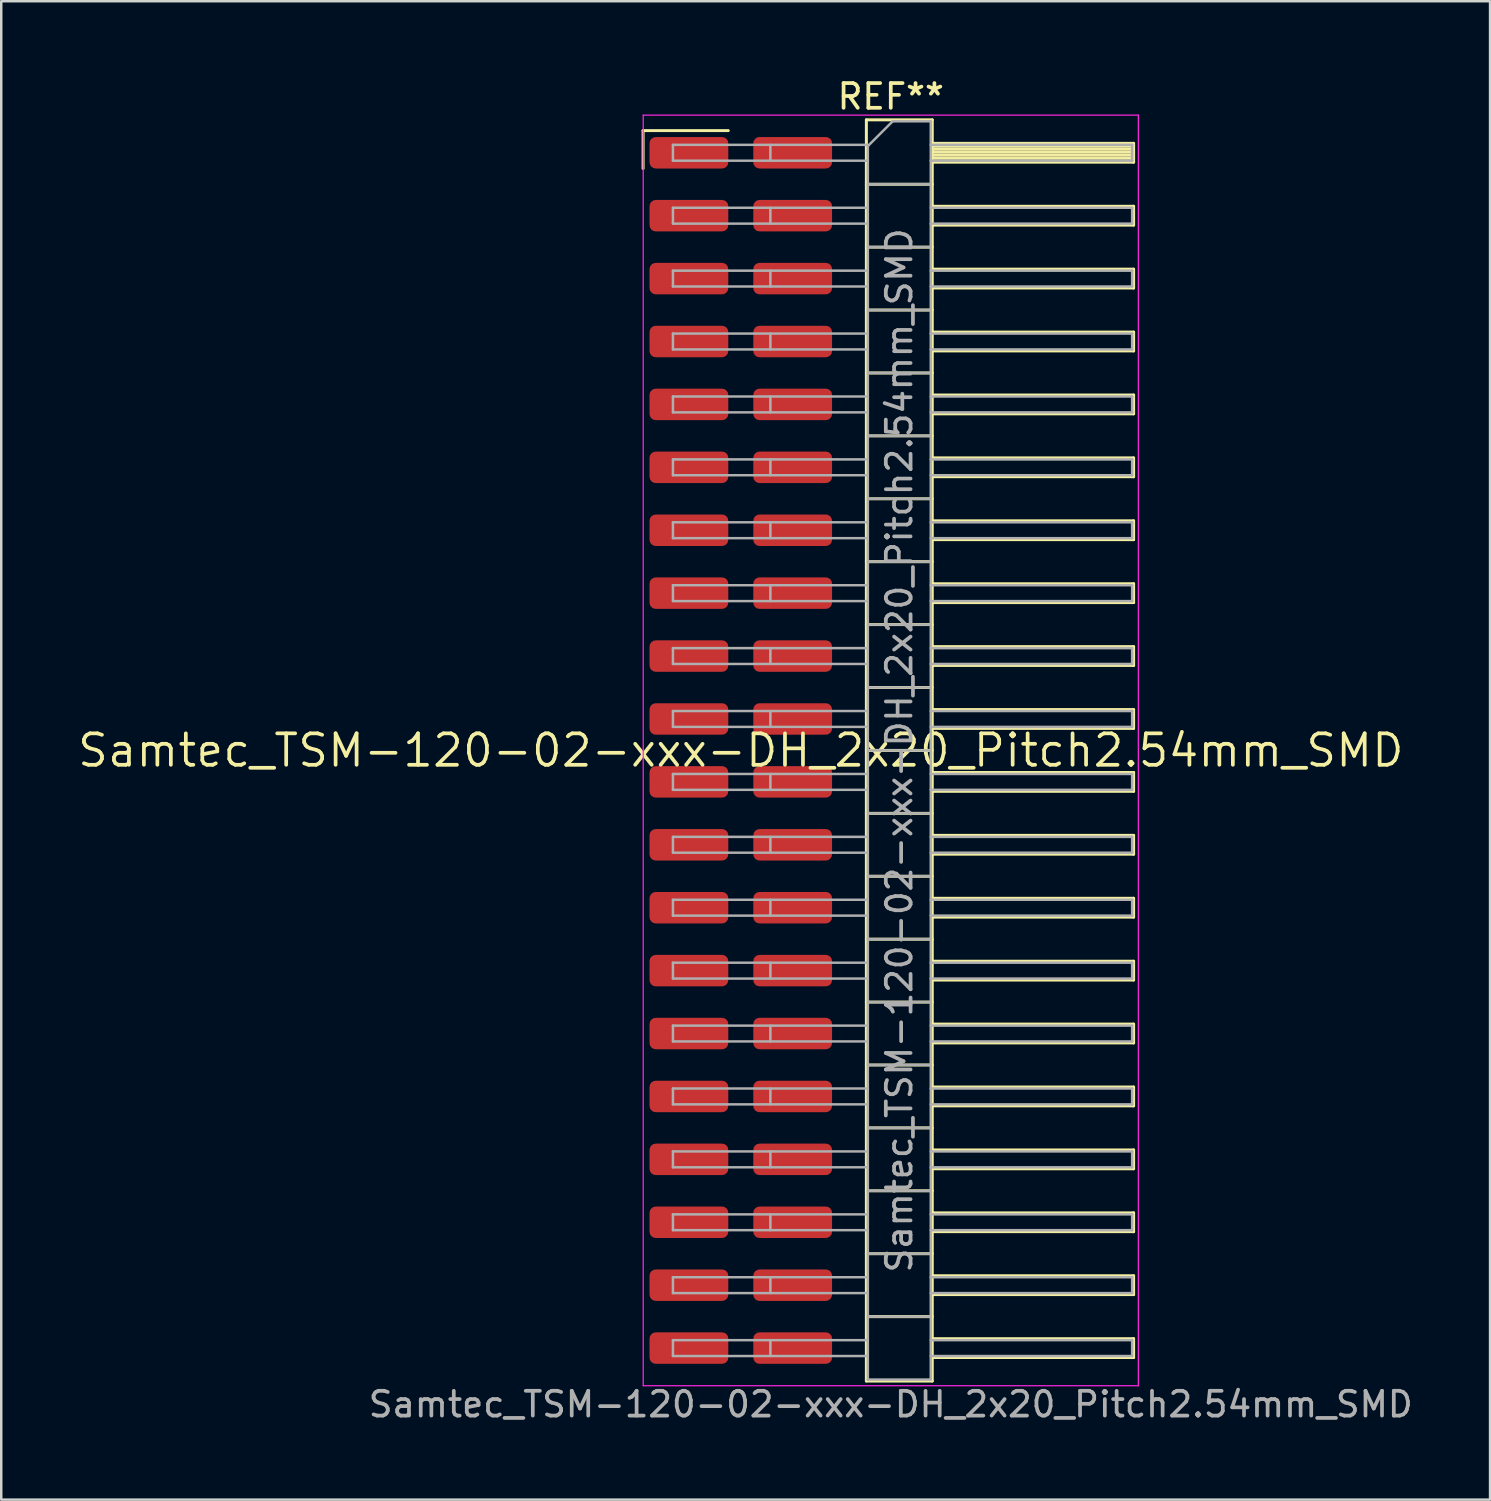
<source format=kicad_pcb>
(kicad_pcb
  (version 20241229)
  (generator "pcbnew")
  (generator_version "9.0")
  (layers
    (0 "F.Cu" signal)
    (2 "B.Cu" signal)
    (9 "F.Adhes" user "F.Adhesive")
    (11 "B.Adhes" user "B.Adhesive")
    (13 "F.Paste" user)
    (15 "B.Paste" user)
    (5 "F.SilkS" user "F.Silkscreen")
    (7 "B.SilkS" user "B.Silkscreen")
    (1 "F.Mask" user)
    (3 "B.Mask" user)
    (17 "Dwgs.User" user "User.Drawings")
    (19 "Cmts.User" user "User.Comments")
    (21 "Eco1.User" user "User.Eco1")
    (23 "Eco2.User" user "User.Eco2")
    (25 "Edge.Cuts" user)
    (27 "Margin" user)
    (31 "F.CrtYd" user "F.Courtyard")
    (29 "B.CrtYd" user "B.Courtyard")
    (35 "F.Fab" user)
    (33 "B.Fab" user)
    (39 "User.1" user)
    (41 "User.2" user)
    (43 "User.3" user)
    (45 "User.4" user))
  (footprint "Samtec_TSM-120-02-xxx-DH_2x20_Pitch2.54mm_SMD"
    (layer "F.Cu")
    (at 26.859 27.248)
    (property "Reference" "Samtec_TSM-120-02-xxx-DH_2x20_Pitch2.54mm_SMD" (at 0 0 0) (layer "F.SilkS") (effects (font (size 1.27 1.27) (thickness 0.15))))
    (attr smd)
    (fp_line (start -3.945 -25.025) (end -0.505 -25.025) (stroke (width 0.12) (type solid)) (layer "F.SilkS"))
    (fp_line (start -3.945 -23.495) (end -3.945 -25.025) (stroke (width 0.12) (type solid)) (layer "F.SilkS"))
    (fp_line (start 5.07 -25.46) (end 7.73 -25.46) (stroke (width 0.12) (type solid)) (layer "F.SilkS"))
    (fp_line (start 5.07 -22.86) (end 7.73 -22.86) (stroke (width 0.12) (type solid)) (layer "F.SilkS"))
    (fp_line (start 5.07 -20.32) (end 7.73 -20.32) (stroke (width 0.12) (type solid)) (layer "F.SilkS"))
    (fp_line (start 5.07 -17.78) (end 7.73 -17.78) (stroke (width 0.12) (type solid)) (layer "F.SilkS"))
    (fp_line (start 5.07 -15.24) (end 7.73 -15.24) (stroke (width 0.12) (type solid)) (layer "F.SilkS"))
    (fp_line (start 5.07 -12.7) (end 7.73 -12.7) (stroke (width 0.12) (type solid)) (layer "F.SilkS"))
    (fp_line (start 5.07 -10.16) (end 7.73 -10.16) (stroke (width 0.12) (type solid)) (layer "F.SilkS"))
    (fp_line (start 5.07 -7.62) (end 7.73 -7.62) (stroke (width 0.12) (type solid)) (layer "F.SilkS"))
    (fp_line (start 5.07 -5.08) (end 7.73 -5.08) (stroke (width 0.12) (type solid)) (layer "F.SilkS"))
    (fp_line (start 5.07 -2.54) (end 7.73 -2.54) (stroke (width 0.12) (type solid)) (layer "F.SilkS"))
    (fp_line (start 5.07 0) (end 7.73 0) (stroke (width 0.12) (type solid)) (layer "F.SilkS"))
    (fp_line (start 5.07 2.54) (end 7.73 2.54) (stroke (width 0.12) (type solid)) (layer "F.SilkS"))
    (fp_line (start 5.07 5.08) (end 7.73 5.08) (stroke (width 0.12) (type solid)) (layer "F.SilkS"))
    (fp_line (start 5.07 7.62) (end 7.73 7.62) (stroke (width 0.12) (type solid)) (layer "F.SilkS"))
    (fp_line (start 5.07 10.16) (end 7.73 10.16) (stroke (width 0.12) (type solid)) (layer "F.SilkS"))
    (fp_line (start 5.07 12.7) (end 7.73 12.7) (stroke (width 0.12) (type solid)) (layer "F.SilkS"))
    (fp_line (start 5.07 15.24) (end 7.73 15.24) (stroke (width 0.12) (type solid)) (layer "F.SilkS"))
    (fp_line (start 5.07 17.78) (end 7.73 17.78) (stroke (width 0.12) (type solid)) (layer "F.SilkS"))
    (fp_line (start 5.07 20.32) (end 7.73 20.32) (stroke (width 0.12) (type solid)) (layer "F.SilkS"))
    (fp_line (start 5.07 22.86) (end 7.73 22.86) (stroke (width 0.12) (type solid)) (layer "F.SilkS"))
    (fp_line (start 5.07 25.46) (end 5.07 -25.46) (stroke (width 0.12) (type solid)) (layer "F.SilkS"))
    (fp_line (start 7.73 -25.46) (end 7.73 25.46) (stroke (width 0.12) (type solid)) (layer "F.SilkS"))
    (fp_line (start 7.73 -24.51) (end 15.86 -24.51) (stroke (width 0.12) (type solid)) (layer "F.SilkS"))
    (fp_line (start 7.73 -24.39) (end 15.86 -24.39) (stroke (width 0.12) (type solid)) (layer "F.SilkS"))
    (fp_line (start 7.73 -24.27) (end 15.86 -24.27) (stroke (width 0.12) (type solid)) (layer "F.SilkS"))
    (fp_line (start 7.73 -24.15) (end 15.86 -24.15) (stroke (width 0.12) (type solid)) (layer "F.SilkS"))
    (fp_line (start 7.73 -24.03) (end 15.86 -24.03) (stroke (width 0.12) (type solid)) (layer "F.SilkS"))
    (fp_line (start 7.73 -23.91) (end 15.86 -23.91) (stroke (width 0.12) (type solid)) (layer "F.SilkS"))
    (fp_line (start 7.73 -23.79) (end 15.86 -23.79) (stroke (width 0.12) (type solid)) (layer "F.SilkS"))
    (fp_line (start 7.73 -23.75) (end 15.86 -23.75) (stroke (width 0.12) (type solid)) (layer "F.SilkS"))
    (fp_line (start 7.73 -21.97) (end 15.86 -21.97) (stroke (width 0.12) (type solid)) (layer "F.SilkS"))
    (fp_line (start 7.73 -21.21) (end 15.86 -21.21) (stroke (width 0.12) (type solid)) (layer "F.SilkS"))
    (fp_line (start 7.73 -19.43) (end 15.86 -19.43) (stroke (width 0.12) (type solid)) (layer "F.SilkS"))
    (fp_line (start 7.73 -18.67) (end 15.86 -18.67) (stroke (width 0.12) (type solid)) (layer "F.SilkS"))
    (fp_line (start 7.73 -16.89) (end 15.86 -16.89) (stroke (width 0.12) (type solid)) (layer "F.SilkS"))
    (fp_line (start 7.73 -16.13) (end 15.86 -16.13) (stroke (width 0.12) (type solid)) (layer "F.SilkS"))
    (fp_line (start 7.73 -14.35) (end 15.86 -14.35) (stroke (width 0.12) (type solid)) (layer "F.SilkS"))
    (fp_line (start 7.73 -13.59) (end 15.86 -13.59) (stroke (width 0.12) (type solid)) (layer "F.SilkS"))
    (fp_line (start 7.73 -11.81) (end 15.86 -11.81) (stroke (width 0.12) (type solid)) (layer "F.SilkS"))
    (fp_line (start 7.73 -11.05) (end 15.86 -11.05) (stroke (width 0.12) (type solid)) (layer "F.SilkS"))
    (fp_line (start 7.73 -9.27) (end 15.86 -9.27) (stroke (width 0.12) (type solid)) (layer "F.SilkS"))
    (fp_line (start 7.73 -8.51) (end 15.86 -8.51) (stroke (width 0.12) (type solid)) (layer "F.SilkS"))
    (fp_line (start 7.73 -6.73) (end 15.86 -6.73) (stroke (width 0.12) (type solid)) (layer "F.SilkS"))
    (fp_line (start 7.73 -5.97) (end 15.86 -5.97) (stroke (width 0.12) (type solid)) (layer "F.SilkS"))
    (fp_line (start 7.73 -4.19) (end 15.86 -4.19) (stroke (width 0.12) (type solid)) (layer "F.SilkS"))
    (fp_line (start 7.73 -3.43) (end 15.86 -3.43) (stroke (width 0.12) (type solid)) (layer "F.SilkS"))
    (fp_line (start 7.73 -1.65) (end 15.86 -1.65) (stroke (width 0.12) (type solid)) (layer "F.SilkS"))
    (fp_line (start 7.73 -0.89) (end 15.86 -0.89) (stroke (width 0.12) (type solid)) (layer "F.SilkS"))
    (fp_line (start 7.73 0.89) (end 15.86 0.89) (stroke (width 0.12) (type solid)) (layer "F.SilkS"))
    (fp_line (start 7.73 1.65) (end 15.86 1.65) (stroke (width 0.12) (type solid)) (layer "F.SilkS"))
    (fp_line (start 7.73 3.43) (end 15.86 3.43) (stroke (width 0.12) (type solid)) (layer "F.SilkS"))
    (fp_line (start 7.73 4.19) (end 15.86 4.19) (stroke (width 0.12) (type solid)) (layer "F.SilkS"))
    (fp_line (start 7.73 5.97) (end 15.86 5.97) (stroke (width 0.12) (type solid)) (layer "F.SilkS"))
    (fp_line (start 7.73 6.73) (end 15.86 6.73) (stroke (width 0.12) (type solid)) (layer "F.SilkS"))
    (fp_line (start 7.73 8.51) (end 15.86 8.51) (stroke (width 0.12) (type solid)) (layer "F.SilkS"))
    (fp_line (start 7.73 9.27) (end 15.86 9.27) (stroke (width 0.12) (type solid)) (layer "F.SilkS"))
    (fp_line (start 7.73 11.05) (end 15.86 11.05) (stroke (width 0.12) (type solid)) (layer "F.SilkS"))
    (fp_line (start 7.73 11.81) (end 15.86 11.81) (stroke (width 0.12) (type solid)) (layer "F.SilkS"))
    (fp_line (start 7.73 13.59) (end 15.86 13.59) (stroke (width 0.12) (type solid)) (layer "F.SilkS"))
    (fp_line (start 7.73 14.35) (end 15.86 14.35) (stroke (width 0.12) (type solid)) (layer "F.SilkS"))
    (fp_line (start 7.73 16.13) (end 15.86 16.13) (stroke (width 0.12) (type solid)) (layer "F.SilkS"))
    (fp_line (start 7.73 16.89) (end 15.86 16.89) (stroke (width 0.12) (type solid)) (layer "F.SilkS"))
    (fp_line (start 7.73 18.67) (end 15.86 18.67) (stroke (width 0.12) (type solid)) (layer "F.SilkS"))
    (fp_line (start 7.73 19.43) (end 15.86 19.43) (stroke (width 0.12) (type solid)) (layer "F.SilkS"))
    (fp_line (start 7.73 21.21) (end 15.86 21.21) (stroke (width 0.12) (type solid)) (layer "F.SilkS"))
    (fp_line (start 7.73 21.97) (end 15.86 21.97) (stroke (width 0.12) (type solid)) (layer "F.SilkS"))
    (fp_line (start 7.73 23.75) (end 15.86 23.75) (stroke (width 0.12) (type solid)) (layer "F.SilkS"))
    (fp_line (start 7.73 24.51) (end 15.86 24.51) (stroke (width 0.12) (type solid)) (layer "F.SilkS"))
    (fp_line (start 7.73 25.46) (end 5.07 25.46) (stroke (width 0.12) (type solid)) (layer "F.SilkS"))
    (fp_line (start 15.86 -24.51) (end 15.86 -23.75) (stroke (width 0.12) (type solid)) (layer "F.SilkS"))
    (fp_line (start 15.86 -21.97) (end 15.86 -21.21) (stroke (width 0.12) (type solid)) (layer "F.SilkS"))
    (fp_line (start 15.86 -19.43) (end 15.86 -18.67) (stroke (width 0.12) (type solid)) (layer "F.SilkS"))
    (fp_line (start 15.86 -16.89) (end 15.86 -16.13) (stroke (width 0.12) (type solid)) (layer "F.SilkS"))
    (fp_line (start 15.86 -14.35) (end 15.86 -13.59) (stroke (width 0.12) (type solid)) (layer "F.SilkS"))
    (fp_line (start 15.86 -11.81) (end 15.86 -11.05) (stroke (width 0.12) (type solid)) (layer "F.SilkS"))
    (fp_line (start 15.86 -9.27) (end 15.86 -8.51) (stroke (width 0.12) (type solid)) (layer "F.SilkS"))
    (fp_line (start 15.86 -6.73) (end 15.86 -5.97) (stroke (width 0.12) (type solid)) (layer "F.SilkS"))
    (fp_line (start 15.86 -4.19) (end 15.86 -3.43) (stroke (width 0.12) (type solid)) (layer "F.SilkS"))
    (fp_line (start 15.86 -1.65) (end 15.86 -0.89) (stroke (width 0.12) (type solid)) (layer "F.SilkS"))
    (fp_line (start 15.86 0.89) (end 15.86 1.65) (stroke (width 0.12) (type solid)) (layer "F.SilkS"))
    (fp_line (start 15.86 3.43) (end 15.86 4.19) (stroke (width 0.12) (type solid)) (layer "F.SilkS"))
    (fp_line (start 15.86 5.97) (end 15.86 6.73) (stroke (width 0.12) (type solid)) (layer "F.SilkS"))
    (fp_line (start 15.86 8.51) (end 15.86 9.27) (stroke (width 0.12) (type solid)) (layer "F.SilkS"))
    (fp_line (start 15.86 11.05) (end 15.86 11.81) (stroke (width 0.12) (type solid)) (layer "F.SilkS"))
    (fp_line (start 15.86 13.59) (end 15.86 14.35) (stroke (width 0.12) (type solid)) (layer "F.SilkS"))
    (fp_line (start 15.86 16.13) (end 15.86 16.89) (stroke (width 0.12) (type solid)) (layer "F.SilkS"))
    (fp_line (start 15.86 18.67) (end 15.86 19.43) (stroke (width 0.12) (type solid)) (layer "F.SilkS"))
    (fp_line (start 15.86 21.21) (end 15.86 21.97) (stroke (width 0.12) (type solid)) (layer "F.SilkS"))
    (fp_line (start 15.86 23.75) (end 15.86 24.51) (stroke (width 0.12) (type solid)) (layer "F.SilkS"))
    (fp_line (start -3.94 -25.65) (end 16.05 -25.65) (stroke (width 0.05) (type solid)) (layer "F.CrtYd"))
    (fp_line (start -3.94 25.65) (end -3.94 -25.65) (stroke (width 0.05) (type solid)) (layer "F.CrtYd"))
    (fp_line (start 16.05 -25.65) (end 16.05 25.65) (stroke (width 0.05) (type solid)) (layer "F.CrtYd"))
    (fp_line (start 16.05 25.65) (end -3.94 25.65) (stroke (width 0.05) (type solid)) (layer "F.CrtYd"))
    (fp_line (start -2.74 -24.45) (end -2.74 -23.81) (stroke (width 0.1) (type solid)) (layer "F.Fab"))
    (fp_line (start -2.74 -24.45) (end 5.13 -24.45) (stroke (width 0.1) (type solid)) (layer "F.Fab"))
    (fp_line (start -2.74 -23.81) (end 5.13 -23.81) (stroke (width 0.1) (type solid)) (layer "F.Fab"))
    (fp_line (start -2.74 -21.91) (end -2.74 -21.27) (stroke (width 0.1) (type solid)) (layer "F.Fab"))
    (fp_line (start -2.74 -21.91) (end 5.13 -21.91) (stroke (width 0.1) (type solid)) (layer "F.Fab"))
    (fp_line (start -2.74 -21.27) (end 5.13 -21.27) (stroke (width 0.1) (type solid)) (layer "F.Fab"))
    (fp_line (start -2.74 -19.37) (end -2.74 -18.73) (stroke (width 0.1) (type solid)) (layer "F.Fab"))
    (fp_line (start -2.74 -19.37) (end 5.13 -19.37) (stroke (width 0.1) (type solid)) (layer "F.Fab"))
    (fp_line (start -2.74 -18.73) (end 5.13 -18.73) (stroke (width 0.1) (type solid)) (layer "F.Fab"))
    (fp_line (start -2.74 -16.83) (end -2.74 -16.19) (stroke (width 0.1) (type solid)) (layer "F.Fab"))
    (fp_line (start -2.74 -16.83) (end 5.13 -16.83) (stroke (width 0.1) (type solid)) (layer "F.Fab"))
    (fp_line (start -2.74 -16.19) (end 5.13 -16.19) (stroke (width 0.1) (type solid)) (layer "F.Fab"))
    (fp_line (start -2.74 -14.29) (end -2.74 -13.65) (stroke (width 0.1) (type solid)) (layer "F.Fab"))
    (fp_line (start -2.74 -14.29) (end 5.13 -14.29) (stroke (width 0.1) (type solid)) (layer "F.Fab"))
    (fp_line (start -2.74 -13.65) (end 5.13 -13.65) (stroke (width 0.1) (type solid)) (layer "F.Fab"))
    (fp_line (start -2.74 -11.75) (end -2.74 -11.11) (stroke (width 0.1) (type solid)) (layer "F.Fab"))
    (fp_line (start -2.74 -11.75) (end 5.13 -11.75) (stroke (width 0.1) (type solid)) (layer "F.Fab"))
    (fp_line (start -2.74 -11.11) (end 5.13 -11.11) (stroke (width 0.1) (type solid)) (layer "F.Fab"))
    (fp_line (start -2.74 -9.21) (end -2.74 -8.57) (stroke (width 0.1) (type solid)) (layer "F.Fab"))
    (fp_line (start -2.74 -9.21) (end 5.13 -9.21) (stroke (width 0.1) (type solid)) (layer "F.Fab"))
    (fp_line (start -2.74 -8.57) (end 5.13 -8.57) (stroke (width 0.1) (type solid)) (layer "F.Fab"))
    (fp_line (start -2.74 -6.67) (end -2.74 -6.03) (stroke (width 0.1) (type solid)) (layer "F.Fab"))
    (fp_line (start -2.74 -6.67) (end 5.13 -6.67) (stroke (width 0.1) (type solid)) (layer "F.Fab"))
    (fp_line (start -2.74 -6.03) (end 5.13 -6.03) (stroke (width 0.1) (type solid)) (layer "F.Fab"))
    (fp_line (start -2.74 -4.13) (end -2.74 -3.49) (stroke (width 0.1) (type solid)) (layer "F.Fab"))
    (fp_line (start -2.74 -4.13) (end 5.13 -4.13) (stroke (width 0.1) (type solid)) (layer "F.Fab"))
    (fp_line (start -2.74 -3.49) (end 5.13 -3.49) (stroke (width 0.1) (type solid)) (layer "F.Fab"))
    (fp_line (start -2.74 -1.59) (end -2.74 -0.95) (stroke (width 0.1) (type solid)) (layer "F.Fab"))
    (fp_line (start -2.74 -1.59) (end 5.13 -1.59) (stroke (width 0.1) (type solid)) (layer "F.Fab"))
    (fp_line (start -2.74 -0.95) (end 5.13 -0.95) (stroke (width 0.1) (type solid)) (layer "F.Fab"))
    (fp_line (start -2.74 0.95) (end -2.74 1.59) (stroke (width 0.1) (type solid)) (layer "F.Fab"))
    (fp_line (start -2.74 0.95) (end 5.13 0.95) (stroke (width 0.1) (type solid)) (layer "F.Fab"))
    (fp_line (start -2.74 1.59) (end 5.13 1.59) (stroke (width 0.1) (type solid)) (layer "F.Fab"))
    (fp_line (start -2.74 3.49) (end -2.74 4.13) (stroke (width 0.1) (type solid)) (layer "F.Fab"))
    (fp_line (start -2.74 3.49) (end 5.13 3.49) (stroke (width 0.1) (type solid)) (layer "F.Fab"))
    (fp_line (start -2.74 4.13) (end 5.13 4.13) (stroke (width 0.1) (type solid)) (layer "F.Fab"))
    (fp_line (start -2.74 6.03) (end -2.74 6.67) (stroke (width 0.1) (type solid)) (layer "F.Fab"))
    (fp_line (start -2.74 6.03) (end 5.13 6.03) (stroke (width 0.1) (type solid)) (layer "F.Fab"))
    (fp_line (start -2.74 6.67) (end 5.13 6.67) (stroke (width 0.1) (type solid)) (layer "F.Fab"))
    (fp_line (start -2.74 8.57) (end -2.74 9.21) (stroke (width 0.1) (type solid)) (layer "F.Fab"))
    (fp_line (start -2.74 8.57) (end 5.13 8.57) (stroke (width 0.1) (type solid)) (layer "F.Fab"))
    (fp_line (start -2.74 9.21) (end 5.13 9.21) (stroke (width 0.1) (type solid)) (layer "F.Fab"))
    (fp_line (start -2.74 11.11) (end -2.74 11.75) (stroke (width 0.1) (type solid)) (layer "F.Fab"))
    (fp_line (start -2.74 11.11) (end 5.13 11.11) (stroke (width 0.1) (type solid)) (layer "F.Fab"))
    (fp_line (start -2.74 11.75) (end 5.13 11.75) (stroke (width 0.1) (type solid)) (layer "F.Fab"))
    (fp_line (start -2.74 13.65) (end -2.74 14.29) (stroke (width 0.1) (type solid)) (layer "F.Fab"))
    (fp_line (start -2.74 13.65) (end 5.13 13.65) (stroke (width 0.1) (type solid)) (layer "F.Fab"))
    (fp_line (start -2.74 14.29) (end 5.13 14.29) (stroke (width 0.1) (type solid)) (layer "F.Fab"))
    (fp_line (start -2.74 16.19) (end -2.74 16.83) (stroke (width 0.1) (type solid)) (layer "F.Fab"))
    (fp_line (start -2.74 16.19) (end 5.13 16.19) (stroke (width 0.1) (type solid)) (layer "F.Fab"))
    (fp_line (start -2.74 16.83) (end 5.13 16.83) (stroke (width 0.1) (type solid)) (layer "F.Fab"))
    (fp_line (start -2.74 18.73) (end -2.74 19.37) (stroke (width 0.1) (type solid)) (layer "F.Fab"))
    (fp_line (start -2.74 18.73) (end 5.13 18.73) (stroke (width 0.1) (type solid)) (layer "F.Fab"))
    (fp_line (start -2.74 19.37) (end 5.13 19.37) (stroke (width 0.1) (type solid)) (layer "F.Fab"))
    (fp_line (start -2.74 21.27) (end -2.74 21.91) (stroke (width 0.1) (type solid)) (layer "F.Fab"))
    (fp_line (start -2.74 21.27) (end 5.13 21.27) (stroke (width 0.1) (type solid)) (layer "F.Fab"))
    (fp_line (start -2.74 21.91) (end 5.13 21.91) (stroke (width 0.1) (type solid)) (layer "F.Fab"))
    (fp_line (start -2.74 23.81) (end -2.74 24.45) (stroke (width 0.1) (type solid)) (layer "F.Fab"))
    (fp_line (start -2.74 23.81) (end 5.13 23.81) (stroke (width 0.1) (type solid)) (layer "F.Fab"))
    (fp_line (start -2.74 24.45) (end 5.13 24.45) (stroke (width 0.1) (type solid)) (layer "F.Fab"))
    (fp_line (start 1.195 -24.45) (end 1.195 -23.81) (stroke (width 0.1) (type solid)) (layer "F.Fab"))
    (fp_line (start 1.195 -21.91) (end 1.195 -21.27) (stroke (width 0.1) (type solid)) (layer "F.Fab"))
    (fp_line (start 1.195 -19.37) (end 1.195 -18.73) (stroke (width 0.1) (type solid)) (layer "F.Fab"))
    (fp_line (start 1.195 -16.83) (end 1.195 -16.19) (stroke (width 0.1) (type solid)) (layer "F.Fab"))
    (fp_line (start 1.195 -14.29) (end 1.195 -13.65) (stroke (width 0.1) (type solid)) (layer "F.Fab"))
    (fp_line (start 1.195 -11.75) (end 1.195 -11.11) (stroke (width 0.1) (type solid)) (layer "F.Fab"))
    (fp_line (start 1.195 -9.21) (end 1.195 -8.57) (stroke (width 0.1) (type solid)) (layer "F.Fab"))
    (fp_line (start 1.195 -6.67) (end 1.195 -6.03) (stroke (width 0.1) (type solid)) (layer "F.Fab"))
    (fp_line (start 1.195 -4.13) (end 1.195 -3.49) (stroke (width 0.1) (type solid)) (layer "F.Fab"))
    (fp_line (start 1.195 -1.59) (end 1.195 -0.95) (stroke (width 0.1) (type solid)) (layer "F.Fab"))
    (fp_line (start 1.195 0.95) (end 1.195 1.59) (stroke (width 0.1) (type solid)) (layer "F.Fab"))
    (fp_line (start 1.195 3.49) (end 1.195 4.13) (stroke (width 0.1) (type solid)) (layer "F.Fab"))
    (fp_line (start 1.195 6.03) (end 1.195 6.67) (stroke (width 0.1) (type solid)) (layer "F.Fab"))
    (fp_line (start 1.195 8.57) (end 1.195 9.21) (stroke (width 0.1) (type solid)) (layer "F.Fab"))
    (fp_line (start 1.195 11.11) (end 1.195 11.75) (stroke (width 0.1) (type solid)) (layer "F.Fab"))
    (fp_line (start 1.195 13.65) (end 1.195 14.29) (stroke (width 0.1) (type solid)) (layer "F.Fab"))
    (fp_line (start 1.195 16.19) (end 1.195 16.83) (stroke (width 0.1) (type solid)) (layer "F.Fab"))
    (fp_line (start 1.195 18.73) (end 1.195 19.37) (stroke (width 0.1) (type solid)) (layer "F.Fab"))
    (fp_line (start 1.195 21.27) (end 1.195 21.91) (stroke (width 0.1) (type solid)) (layer "F.Fab"))
    (fp_line (start 1.195 23.81) (end 1.195 24.45) (stroke (width 0.1) (type solid)) (layer "F.Fab"))
    (fp_line (start 5.13 -24.4) (end 6.13 -25.4) (stroke (width 0.1) (type solid)) (layer "F.Fab"))
    (fp_line (start 5.13 -22.86) (end 7.67 -22.86) (stroke (width 0.1) (type solid)) (layer "F.Fab"))
    (fp_line (start 5.13 -20.32) (end 7.67 -20.32) (stroke (width 0.1) (type solid)) (layer "F.Fab"))
    (fp_line (start 5.13 -17.78) (end 7.67 -17.78) (stroke (width 0.1) (type solid)) (layer "F.Fab"))
    (fp_line (start 5.13 -15.24) (end 7.67 -15.24) (stroke (width 0.1) (type solid)) (layer "F.Fab"))
    (fp_line (start 5.13 -12.7) (end 7.67 -12.7) (stroke (width 0.1) (type solid)) (layer "F.Fab"))
    (fp_line (start 5.13 -10.16) (end 7.67 -10.16) (stroke (width 0.1) (type solid)) (layer "F.Fab"))
    (fp_line (start 5.13 -7.62) (end 7.67 -7.62) (stroke (width 0.1) (type solid)) (layer "F.Fab"))
    (fp_line (start 5.13 -5.08) (end 7.67 -5.08) (stroke (width 0.1) (type solid)) (layer "F.Fab"))
    (fp_line (start 5.13 -2.54) (end 7.67 -2.54) (stroke (width 0.1) (type solid)) (layer "F.Fab"))
    (fp_line (start 5.13 0) (end 7.67 0) (stroke (width 0.1) (type solid)) (layer "F.Fab"))
    (fp_line (start 5.13 2.54) (end 7.67 2.54) (stroke (width 0.1) (type solid)) (layer "F.Fab"))
    (fp_line (start 5.13 5.08) (end 7.67 5.08) (stroke (width 0.1) (type solid)) (layer "F.Fab"))
    (fp_line (start 5.13 7.62) (end 7.67 7.62) (stroke (width 0.1) (type solid)) (layer "F.Fab"))
    (fp_line (start 5.13 10.16) (end 7.67 10.16) (stroke (width 0.1) (type solid)) (layer "F.Fab"))
    (fp_line (start 5.13 12.7) (end 7.67 12.7) (stroke (width 0.1) (type solid)) (layer "F.Fab"))
    (fp_line (start 5.13 15.24) (end 7.67 15.24) (stroke (width 0.1) (type solid)) (layer "F.Fab"))
    (fp_line (start 5.13 17.78) (end 7.67 17.78) (stroke (width 0.1) (type solid)) (layer "F.Fab"))
    (fp_line (start 5.13 20.32) (end 7.67 20.32) (stroke (width 0.1) (type solid)) (layer "F.Fab"))
    (fp_line (start 5.13 22.86) (end 7.67 22.86) (stroke (width 0.1) (type solid)) (layer "F.Fab"))
    (fp_line (start 5.13 25.4) (end 5.13 -24.4) (stroke (width 0.1) (type solid)) (layer "F.Fab"))
    (fp_line (start 6.13 -25.4) (end 7.67 -25.4) (stroke (width 0.1) (type solid)) (layer "F.Fab"))
    (fp_line (start 7.67 -25.4) (end 7.67 25.4) (stroke (width 0.1) (type solid)) (layer "F.Fab"))
    (fp_line (start 7.67 -24.45) (end 15.8 -24.45) (stroke (width 0.1) (type solid)) (layer "F.Fab"))
    (fp_line (start 7.67 -23.81) (end 15.8 -23.81) (stroke (width 0.1) (type solid)) (layer "F.Fab"))
    (fp_line (start 7.67 -21.91) (end 15.8 -21.91) (stroke (width 0.1) (type solid)) (layer "F.Fab"))
    (fp_line (start 7.67 -21.27) (end 15.8 -21.27) (stroke (width 0.1) (type solid)) (layer "F.Fab"))
    (fp_line (start 7.67 -19.37) (end 15.8 -19.37) (stroke (width 0.1) (type solid)) (layer "F.Fab"))
    (fp_line (start 7.67 -18.73) (end 15.8 -18.73) (stroke (width 0.1) (type solid)) (layer "F.Fab"))
    (fp_line (start 7.67 -16.83) (end 15.8 -16.83) (stroke (width 0.1) (type solid)) (layer "F.Fab"))
    (fp_line (start 7.67 -16.19) (end 15.8 -16.19) (stroke (width 0.1) (type solid)) (layer "F.Fab"))
    (fp_line (start 7.67 -14.29) (end 15.8 -14.29) (stroke (width 0.1) (type solid)) (layer "F.Fab"))
    (fp_line (start 7.67 -13.65) (end 15.8 -13.65) (stroke (width 0.1) (type solid)) (layer "F.Fab"))
    (fp_line (start 7.67 -11.75) (end 15.8 -11.75) (stroke (width 0.1) (type solid)) (layer "F.Fab"))
    (fp_line (start 7.67 -11.11) (end 15.8 -11.11) (stroke (width 0.1) (type solid)) (layer "F.Fab"))
    (fp_line (start 7.67 -9.21) (end 15.8 -9.21) (stroke (width 0.1) (type solid)) (layer "F.Fab"))
    (fp_line (start 7.67 -8.57) (end 15.8 -8.57) (stroke (width 0.1) (type solid)) (layer "F.Fab"))
    (fp_line (start 7.67 -6.67) (end 15.8 -6.67) (stroke (width 0.1) (type solid)) (layer "F.Fab"))
    (fp_line (start 7.67 -6.03) (end 15.8 -6.03) (stroke (width 0.1) (type solid)) (layer "F.Fab"))
    (fp_line (start 7.67 -4.13) (end 15.8 -4.13) (stroke (width 0.1) (type solid)) (layer "F.Fab"))
    (fp_line (start 7.67 -3.49) (end 15.8 -3.49) (stroke (width 0.1) (type solid)) (layer "F.Fab"))
    (fp_line (start 7.67 -1.59) (end 15.8 -1.59) (stroke (width 0.1) (type solid)) (layer "F.Fab"))
    (fp_line (start 7.67 -0.95) (end 15.8 -0.95) (stroke (width 0.1) (type solid)) (layer "F.Fab"))
    (fp_line (start 7.67 0.95) (end 15.8 0.95) (stroke (width 0.1) (type solid)) (layer "F.Fab"))
    (fp_line (start 7.67 1.59) (end 15.8 1.59) (stroke (width 0.1) (type solid)) (layer "F.Fab"))
    (fp_line (start 7.67 3.49) (end 15.8 3.49) (stroke (width 0.1) (type solid)) (layer "F.Fab"))
    (fp_line (start 7.67 4.13) (end 15.8 4.13) (stroke (width 0.1) (type solid)) (layer "F.Fab"))
    (fp_line (start 7.67 6.03) (end 15.8 6.03) (stroke (width 0.1) (type solid)) (layer "F.Fab"))
    (fp_line (start 7.67 6.67) (end 15.8 6.67) (stroke (width 0.1) (type solid)) (layer "F.Fab"))
    (fp_line (start 7.67 8.57) (end 15.8 8.57) (stroke (width 0.1) (type solid)) (layer "F.Fab"))
    (fp_line (start 7.67 9.21) (end 15.8 9.21) (stroke (width 0.1) (type solid)) (layer "F.Fab"))
    (fp_line (start 7.67 11.11) (end 15.8 11.11) (stroke (width 0.1) (type solid)) (layer "F.Fab"))
    (fp_line (start 7.67 11.75) (end 15.8 11.75) (stroke (width 0.1) (type solid)) (layer "F.Fab"))
    (fp_line (start 7.67 13.65) (end 15.8 13.65) (stroke (width 0.1) (type solid)) (layer "F.Fab"))
    (fp_line (start 7.67 14.29) (end 15.8 14.29) (stroke (width 0.1) (type solid)) (layer "F.Fab"))
    (fp_line (start 7.67 16.19) (end 15.8 16.19) (stroke (width 0.1) (type solid)) (layer "F.Fab"))
    (fp_line (start 7.67 16.83) (end 15.8 16.83) (stroke (width 0.1) (type solid)) (layer "F.Fab"))
    (fp_line (start 7.67 18.73) (end 15.8 18.73) (stroke (width 0.1) (type solid)) (layer "F.Fab"))
    (fp_line (start 7.67 19.37) (end 15.8 19.37) (stroke (width 0.1) (type solid)) (layer "F.Fab"))
    (fp_line (start 7.67 21.27) (end 15.8 21.27) (stroke (width 0.1) (type solid)) (layer "F.Fab"))
    (fp_line (start 7.67 21.91) (end 15.8 21.91) (stroke (width 0.1) (type solid)) (layer "F.Fab"))
    (fp_line (start 7.67 23.81) (end 15.8 23.81) (stroke (width 0.1) (type solid)) (layer "F.Fab"))
    (fp_line (start 7.67 24.45) (end 15.8 24.45) (stroke (width 0.1) (type solid)) (layer "F.Fab"))
    (fp_line (start 7.67 25.4) (end 5.13 25.4) (stroke (width 0.1) (type solid)) (layer "F.Fab"))
    (fp_line (start 15.8 -24.45) (end 15.8 -23.81) (stroke (width 0.1) (type solid)) (layer "F.Fab"))
    (fp_line (start 15.8 -21.91) (end 15.8 -21.27) (stroke (width 0.1) (type solid)) (layer "F.Fab"))
    (fp_line (start 15.8 -19.37) (end 15.8 -18.73) (stroke (width 0.1) (type solid)) (layer "F.Fab"))
    (fp_line (start 15.8 -16.83) (end 15.8 -16.19) (stroke (width 0.1) (type solid)) (layer "F.Fab"))
    (fp_line (start 15.8 -14.29) (end 15.8 -13.65) (stroke (width 0.1) (type solid)) (layer "F.Fab"))
    (fp_line (start 15.8 -11.75) (end 15.8 -11.11) (stroke (width 0.1) (type solid)) (layer "F.Fab"))
    (fp_line (start 15.8 -9.21) (end 15.8 -8.57) (stroke (width 0.1) (type solid)) (layer "F.Fab"))
    (fp_line (start 15.8 -6.67) (end 15.8 -6.03) (stroke (width 0.1) (type solid)) (layer "F.Fab"))
    (fp_line (start 15.8 -4.13) (end 15.8 -3.49) (stroke (width 0.1) (type solid)) (layer "F.Fab"))
    (fp_line (start 15.8 -1.59) (end 15.8 -0.95) (stroke (width 0.1) (type solid)) (layer "F.Fab"))
    (fp_line (start 15.8 0.95) (end 15.8 1.59) (stroke (width 0.1) (type solid)) (layer "F.Fab"))
    (fp_line (start 15.8 3.49) (end 15.8 4.13) (stroke (width 0.1) (type solid)) (layer "F.Fab"))
    (fp_line (start 15.8 6.03) (end 15.8 6.67) (stroke (width 0.1) (type solid)) (layer "F.Fab"))
    (fp_line (start 15.8 8.57) (end 15.8 9.21) (stroke (width 0.1) (type solid)) (layer "F.Fab"))
    (fp_line (start 15.8 11.11) (end 15.8 11.75) (stroke (width 0.1) (type solid)) (layer "F.Fab"))
    (fp_line (start 15.8 13.65) (end 15.8 14.29) (stroke (width 0.1) (type solid)) (layer "F.Fab"))
    (fp_line (start 15.8 16.19) (end 15.8 16.83) (stroke (width 0.1) (type solid)) (layer "F.Fab"))
    (fp_line (start 15.8 18.73) (end 15.8 19.37) (stroke (width 0.1) (type solid)) (layer "F.Fab"))
    (fp_line (start 15.8 21.27) (end 15.8 21.91) (stroke (width 0.1) (type solid)) (layer "F.Fab"))
    (fp_line (start 15.8 23.81) (end 15.8 24.45) (stroke (width 0.1) (type solid)) (layer "F.Fab"))
    (fp_text user "REF**" (at 6.055 -26.4 0) (layer "F.SilkS") (effects (font (size 1 1) (thickness 0.15))))
    (fp_text user "${REFERENCE}" (at 6.4 0 90) (layer "F.Fab") (effects (font (size 1 1) (thickness 0.15))))
    (fp_text user "Samtec_TSM-120-02-xxx-DH_2x20_Pitch2.54mm_SMD" (at 6.055 26.4 0) (layer "F.Fab") (effects (font (size 1 1) (thickness 0.15))))
    (pad "1" smd roundrect (at -2.095 -24.13) (size 3.18 1.27) (layers "F.Cu" "F.Mask" "F.Paste") (roundrect_rratio 0.197))
    (pad "2" smd roundrect (at 2.095 -24.13) (size 3.18 1.27) (layers "F.Cu" "F.Mask" "F.Paste") (roundrect_rratio 0.197))
    (pad "3" smd roundrect (at -2.095 -21.59) (size 3.18 1.27) (layers "F.Cu" "F.Mask" "F.Paste") (roundrect_rratio 0.197))
    (pad "4" smd roundrect (at 2.095 -21.59) (size 3.18 1.27) (layers "F.Cu" "F.Mask" "F.Paste") (roundrect_rratio 0.197))
    (pad "5" smd roundrect (at -2.095 -19.05) (size 3.18 1.27) (layers "F.Cu" "F.Mask" "F.Paste") (roundrect_rratio 0.197))
    (pad "6" smd roundrect (at 2.095 -19.05) (size 3.18 1.27) (layers "F.Cu" "F.Mask" "F.Paste") (roundrect_rratio 0.197))
    (pad "7" smd roundrect (at -2.095 -16.51) (size 3.18 1.27) (layers "F.Cu" "F.Mask" "F.Paste") (roundrect_rratio 0.197))
    (pad "8" smd roundrect (at 2.095 -16.51) (size 3.18 1.27) (layers "F.Cu" "F.Mask" "F.Paste") (roundrect_rratio 0.197))
    (pad "9" smd roundrect (at -2.095 -13.97) (size 3.18 1.27) (layers "F.Cu" "F.Mask" "F.Paste") (roundrect_rratio 0.197))
    (pad "10" smd roundrect (at 2.095 -13.97) (size 3.18 1.27) (layers "F.Cu" "F.Mask" "F.Paste") (roundrect_rratio 0.197))
    (pad "11" smd roundrect (at -2.095 -11.43) (size 3.18 1.27) (layers "F.Cu" "F.Mask" "F.Paste") (roundrect_rratio 0.197))
    (pad "12" smd roundrect (at 2.095 -11.43) (size 3.18 1.27) (layers "F.Cu" "F.Mask" "F.Paste") (roundrect_rratio 0.197))
    (pad "13" smd roundrect (at -2.095 -8.89) (size 3.18 1.27) (layers "F.Cu" "F.Mask" "F.Paste") (roundrect_rratio 0.197))
    (pad "14" smd roundrect (at 2.095 -8.89) (size 3.18 1.27) (layers "F.Cu" "F.Mask" "F.Paste") (roundrect_rratio 0.197))
    (pad "15" smd roundrect (at -2.095 -6.35) (size 3.18 1.27) (layers "F.Cu" "F.Mask" "F.Paste") (roundrect_rratio 0.197))
    (pad "16" smd roundrect (at 2.095 -6.35) (size 3.18 1.27) (layers "F.Cu" "F.Mask" "F.Paste") (roundrect_rratio 0.197))
    (pad "17" smd roundrect (at -2.095 -3.81) (size 3.18 1.27) (layers "F.Cu" "F.Mask" "F.Paste") (roundrect_rratio 0.197))
    (pad "18" smd roundrect (at 2.095 -3.81) (size 3.18 1.27) (layers "F.Cu" "F.Mask" "F.Paste") (roundrect_rratio 0.197))
    (pad "19" smd roundrect (at -2.095 -1.27) (size 3.18 1.27) (layers "F.Cu" "F.Mask" "F.Paste") (roundrect_rratio 0.197))
    (pad "20" smd roundrect (at 2.095 -1.27) (size 3.18 1.27) (layers "F.Cu" "F.Mask" "F.Paste") (roundrect_rratio 0.197))
    (pad "21" smd roundrect (at -2.095 1.27) (size 3.18 1.27) (layers "F.Cu" "F.Mask" "F.Paste") (roundrect_rratio 0.197))
    (pad "22" smd roundrect (at 2.095 1.27) (size 3.18 1.27) (layers "F.Cu" "F.Mask" "F.Paste") (roundrect_rratio 0.197))
    (pad "23" smd roundrect (at -2.095 3.81) (size 3.18 1.27) (layers "F.Cu" "F.Mask" "F.Paste") (roundrect_rratio 0.197))
    (pad "24" smd roundrect (at 2.095 3.81) (size 3.18 1.27) (layers "F.Cu" "F.Mask" "F.Paste") (roundrect_rratio 0.197))
    (pad "25" smd roundrect (at -2.095 6.35) (size 3.18 1.27) (layers "F.Cu" "F.Mask" "F.Paste") (roundrect_rratio 0.197))
    (pad "26" smd roundrect (at 2.095 6.35) (size 3.18 1.27) (layers "F.Cu" "F.Mask" "F.Paste") (roundrect_rratio 0.197))
    (pad "27" smd roundrect (at -2.095 8.89) (size 3.18 1.27) (layers "F.Cu" "F.Mask" "F.Paste") (roundrect_rratio 0.197))
    (pad "28" smd roundrect (at 2.095 8.89) (size 3.18 1.27) (layers "F.Cu" "F.Mask" "F.Paste") (roundrect_rratio 0.197))
    (pad "29" smd roundrect (at -2.095 11.43) (size 3.18 1.27) (layers "F.Cu" "F.Mask" "F.Paste") (roundrect_rratio 0.197))
    (pad "30" smd roundrect (at 2.095 11.43) (size 3.18 1.27) (layers "F.Cu" "F.Mask" "F.Paste") (roundrect_rratio 0.197))
    (pad "31" smd roundrect (at -2.095 13.97) (size 3.18 1.27) (layers "F.Cu" "F.Mask" "F.Paste") (roundrect_rratio 0.197))
    (pad "32" smd roundrect (at 2.095 13.97) (size 3.18 1.27) (layers "F.Cu" "F.Mask" "F.Paste") (roundrect_rratio 0.197))
    (pad "33" smd roundrect (at -2.095 16.51) (size 3.18 1.27) (layers "F.Cu" "F.Mask" "F.Paste") (roundrect_rratio 0.197))
    (pad "34" smd roundrect (at 2.095 16.51) (size 3.18 1.27) (layers "F.Cu" "F.Mask" "F.Paste") (roundrect_rratio 0.197))
    (pad "35" smd roundrect (at -2.095 19.05) (size 3.18 1.27) (layers "F.Cu" "F.Mask" "F.Paste") (roundrect_rratio 0.197))
    (pad "36" smd roundrect (at 2.095 19.05) (size 3.18 1.27) (layers "F.Cu" "F.Mask" "F.Paste") (roundrect_rratio 0.197))
    (pad "37" smd roundrect (at -2.095 21.59) (size 3.18 1.27) (layers "F.Cu" "F.Mask" "F.Paste") (roundrect_rratio 0.197))
    (pad "38" smd roundrect (at 2.095 21.59) (size 3.18 1.27) (layers "F.Cu" "F.Mask" "F.Paste") (roundrect_rratio 0.197))
    (pad "39" smd roundrect (at -2.095 24.13) (size 3.18 1.27) (layers "F.Cu" "F.Mask" "F.Paste") (roundrect_rratio 0.197))
    (pad "40" smd roundrect (at 2.095 24.13) (size 3.18 1.27) (layers "F.Cu" "F.Mask" "F.Paste") (roundrect_rratio 0.197)))
  (gr_rect
    (start -3 -3)
    (end 57.11 57.496)
    (stroke (width 0.1) (type default))
    (fill no)
    (layer "Edge.Cuts")))
</source>
